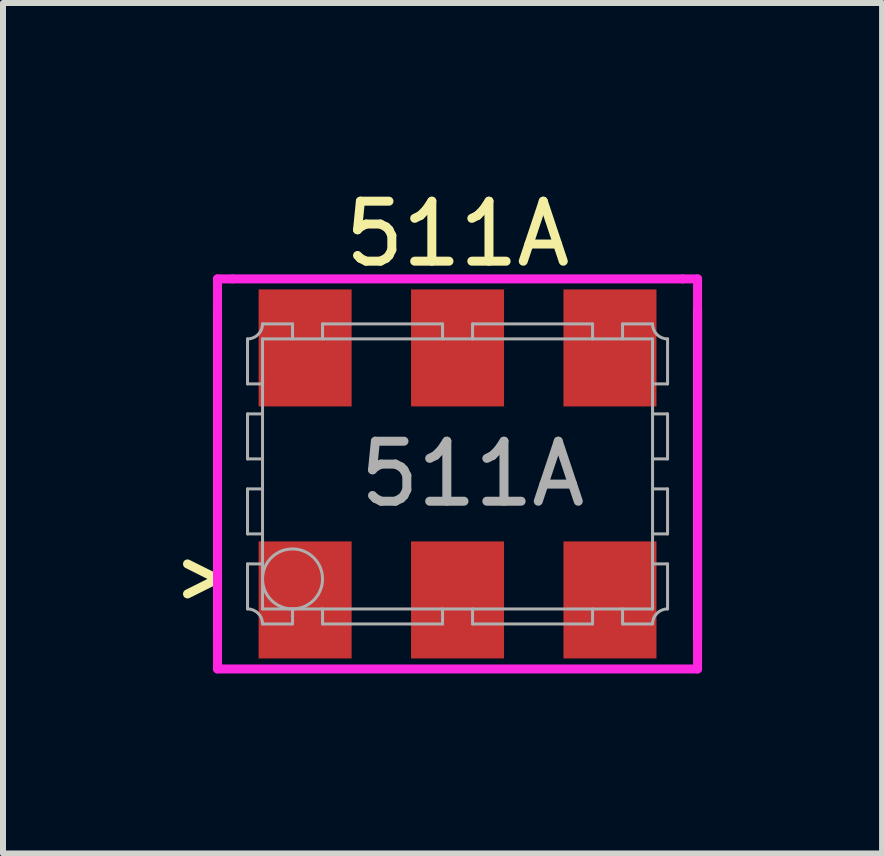
<source format=kicad_pcb>
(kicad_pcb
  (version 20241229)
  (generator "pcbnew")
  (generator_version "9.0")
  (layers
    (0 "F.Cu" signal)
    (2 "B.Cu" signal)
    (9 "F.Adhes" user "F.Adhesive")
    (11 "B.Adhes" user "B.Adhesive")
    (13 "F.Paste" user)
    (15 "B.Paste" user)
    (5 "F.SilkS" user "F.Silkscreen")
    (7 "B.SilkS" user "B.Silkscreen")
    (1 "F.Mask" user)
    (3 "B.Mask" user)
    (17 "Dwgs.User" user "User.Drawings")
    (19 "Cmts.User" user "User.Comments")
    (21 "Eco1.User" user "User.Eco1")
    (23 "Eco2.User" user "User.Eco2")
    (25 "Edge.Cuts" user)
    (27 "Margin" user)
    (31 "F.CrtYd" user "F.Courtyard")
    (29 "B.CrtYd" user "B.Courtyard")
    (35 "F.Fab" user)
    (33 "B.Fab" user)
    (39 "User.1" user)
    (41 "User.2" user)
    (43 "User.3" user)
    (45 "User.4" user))
  (footprint "511A"
    (layer "F.Cu")
    (at 4.575 4.848)
    (property "Reference" "511A" (at 0 -4 0) (layer "F.SilkS") (effects (font (size 1 1) (thickness 0.15))))
    (attr smd)
    (fp_line (start -4.5 1.5) (end -4 1.75) (stroke (width 0.15) (type solid)) (layer "F.SilkS"))
    (fp_line (start -4 -2.75) (end -4 2.75) (stroke (width 0.15) (type solid)) (layer "F.SilkS"))
    (fp_line (start -4 1.75) (end -4.5 2) (stroke (width 0.15) (type solid)) (layer "F.SilkS"))
    (fp_line (start 4 -2.75) (end 4 2.75) (stroke (width 0.15) (type solid)) (layer "F.SilkS"))
    (fp_line (start -4 -3.25) (end -4 3.25) (stroke (width 0.15) (type solid)) (layer "F.CrtYd"))
    (fp_line (start -4 3.25) (end 4 3.25) (stroke (width 0.15) (type solid)) (layer "F.CrtYd"))
    (fp_line (start -3.75 -3.25) (end -4 -3.25) (stroke (width 0.15) (type solid)) (layer "F.CrtYd"))
    (fp_line (start 3.75 -3.25) (end -3.75 -3.25) (stroke (width 0.15) (type solid)) (layer "F.CrtYd"))
    (fp_line (start 4 -3.25) (end 3.75 -3.25) (stroke (width 0.15) (type solid)) (layer "F.CrtYd"))
    (fp_line (start 4 3.25) (end 4 -3.25) (stroke (width 0.15) (type solid)) (layer "F.CrtYd"))
    (fp_line (start -3.5 -2.25) (end -3.5 -1.5) (stroke (width 0.05) (type solid)) (layer "F.Fab"))
    (fp_line (start -3.5 -1.5) (end -3.25 -1.5) (stroke (width 0.05) (type solid)) (layer "F.Fab"))
    (fp_line (start -3.5 -1) (end -3.25 -1) (stroke (width 0.05) (type solid)) (layer "F.Fab"))
    (fp_line (start -3.5 -0.25) (end -3.5 -1) (stroke (width 0.05) (type solid)) (layer "F.Fab"))
    (fp_line (start -3.5 -0.25) (end -3.25 -0.25) (stroke (width 0.05) (type solid)) (layer "F.Fab"))
    (fp_line (start -3.5 0.25) (end -3.5 1) (stroke (width 0.05) (type solid)) (layer "F.Fab"))
    (fp_line (start -3.5 1) (end -3.25 1) (stroke (width 0.05) (type solid)) (layer "F.Fab"))
    (fp_line (start -3.5 1.5) (end -3.5 2.25) (stroke (width 0.05) (type solid)) (layer "F.Fab"))
    (fp_line (start -3.5 1.5) (end -3.25 1.5) (stroke (width 0.05) (type solid)) (layer "F.Fab"))
    (fp_line (start -3.25 -2.5) (end -2.75 -2.5) (stroke (width 0.05) (type solid)) (layer "F.Fab"))
    (fp_line (start -3.25 -2.25) (end -3.25 2.25) (stroke (width 0.05) (type solid)) (layer "F.Fab"))
    (fp_line (start -3.25 0.25) (end -3.5 0.25) (stroke (width 0.05) (type solid)) (layer "F.Fab"))
    (fp_line (start -2.75 -2.5) (end -2.75 -2.25) (stroke (width 0.05) (type solid)) (layer "F.Fab"))
    (fp_line (start -2.75 2.5) (end -3.25 2.5) (stroke (width 0.05) (type solid)) (layer "F.Fab"))
    (fp_line (start -2.75 2.5) (end -2.75 2.25) (stroke (width 0.05) (type solid)) (layer "F.Fab"))
    (fp_line (start -2.25 -2.5) (end -2.25 -2.25) (stroke (width 0.05) (type solid)) (layer "F.Fab"))
    (fp_line (start -2.25 -2.5) (end -0.25 -2.5) (stroke (width 0.05) (type solid)) (layer "F.Fab"))
    (fp_line (start -2.25 2.25) (end -2.25 2.5) (stroke (width 0.05) (type solid)) (layer "F.Fab"))
    (fp_line (start -2.25 2.5) (end -0.25 2.5) (stroke (width 0.05) (type solid)) (layer "F.Fab"))
    (fp_line (start -0.25 -2.5) (end -0.25 -2.25) (stroke (width 0.05) (type solid)) (layer "F.Fab"))
    (fp_line (start -0.25 2.5) (end -0.25 2.25) (stroke (width 0.05) (type solid)) (layer "F.Fab"))
    (fp_line (start 0.25 -2.5) (end 0.25 -2.25) (stroke (width 0.05) (type solid)) (layer "F.Fab"))
    (fp_line (start 0.25 -2.5) (end 2.25 -2.5) (stroke (width 0.05) (type solid)) (layer "F.Fab"))
    (fp_line (start 0.25 2.25) (end 0.25 2.5) (stroke (width 0.05) (type solid)) (layer "F.Fab"))
    (fp_line (start 0.25 2.5) (end 2.25 2.5) (stroke (width 0.05) (type solid)) (layer "F.Fab"))
    (fp_line (start 2.25 -2.5) (end 2.25 -2.25) (stroke (width 0.05) (type solid)) (layer "F.Fab"))
    (fp_line (start 2.25 2.5) (end 2.25 2.25) (stroke (width 0.05) (type solid)) (layer "F.Fab"))
    (fp_line (start 2.75 -2.5) (end 2.75 -2.25) (stroke (width 0.05) (type solid)) (layer "F.Fab"))
    (fp_line (start 2.75 2.25) (end 2.75 2.5) (stroke (width 0.05) (type solid)) (layer "F.Fab"))
    (fp_line (start 2.75 2.5) (end 3.25 2.5) (stroke (width 0.05) (type solid)) (layer "F.Fab"))
    (fp_line (start 3.25 -2.5) (end 2.75 -2.5) (stroke (width 0.05) (type solid)) (layer "F.Fab"))
    (fp_line (start 3.25 -2.25) (end -3.25 -2.25) (stroke (width 0.05) (type solid)) (layer "F.Fab"))
    (fp_line (start 3.25 0.25) (end 3.5 0.25) (stroke (width 0.05) (type solid)) (layer "F.Fab"))
    (fp_line (start 3.25 2.25) (end -3.25 2.25) (stroke (width 0.05) (type solid)) (layer "F.Fab"))
    (fp_line (start 3.25 2.25) (end 3.25 -2.25) (stroke (width 0.05) (type solid)) (layer "F.Fab"))
    (fp_line (start 3.5 -2.25) (end 3.5 -1.5) (stroke (width 0.05) (type solid)) (layer "F.Fab"))
    (fp_line (start 3.5 -1.5) (end 3.25 -1.5) (stroke (width 0.05) (type solid)) (layer "F.Fab"))
    (fp_line (start 3.5 -1) (end 3.25 -1) (stroke (width 0.05) (type solid)) (layer "F.Fab"))
    (fp_line (start 3.5 -1) (end 3.5 -0.25) (stroke (width 0.05) (type solid)) (layer "F.Fab"))
    (fp_line (start 3.5 -0.25) (end 3.25 -0.25) (stroke (width 0.05) (type solid)) (layer "F.Fab"))
    (fp_line (start 3.5 0.25) (end 3.5 1) (stroke (width 0.05) (type solid)) (layer "F.Fab"))
    (fp_line (start 3.5 1) (end 3.25 1) (stroke (width 0.05) (type solid)) (layer "F.Fab"))
    (fp_line (start 3.5 1.5) (end 3.25 1.5) (stroke (width 0.05) (type solid)) (layer "F.Fab"))
    (fp_line (start 3.5 1.5) (end 3.5 2.25) (stroke (width 0.05) (type solid)) (layer "F.Fab"))
    (fp_arc (start -3.5 2.25) (mid -3.323223 2.323223) (end -3.25 2.5) (stroke (width 0.05) (type solid)) (layer "F.Fab"))
    (fp_arc (start -3.25 -2.5) (mid -3.323223 -2.323223) (end -3.5 -2.25) (stroke (width 0.05) (type solid)) (layer "F.Fab"))
    (fp_arc (start 3.25 2.5) (mid 3.323223 2.323223) (end 3.5 2.25) (stroke (width 0.05) (type solid)) (layer "F.Fab"))
    (fp_arc (start 3.5 -2.25) (mid 3.323223 -2.323223) (end 3.25 -2.5) (stroke (width 0.05) (type solid)) (layer "F.Fab"))
    (fp_circle (center -2.75 1.75) (end -2.75 2.25) (stroke (width 0.05) (type solid)) (fill no) (layer "F.Fab"))
    (fp_text user "${REFERENCE}" (at 0.25 0 0) (layer "F.Fab") (effects (font (size 1 1) (thickness 0.15))))
    (pad "1" smd rect (at -2.54 2.1) (size 1.55 1.95) (layers "F.Cu" "F.Mask" "F.Paste"))
    (pad "2" smd rect (at 0 2.1) (size 1.55 1.95) (layers "F.Cu" "F.Mask" "F.Paste"))
    (pad "3" smd rect (at 2.54 2.1) (size 1.55 1.95) (layers "F.Cu" "F.Mask" "F.Paste"))
    (pad "4" smd rect (at 2.54 -2.1) (size 1.55 1.95) (layers "F.Cu" "F.Mask" "F.Paste"))
    (pad "5" smd rect (at 0 -2.1) (size 1.55 1.95) (layers "F.Cu" "F.Mask" "F.Paste"))
    (pad "6" smd rect (at -2.54 -2.1) (size 1.55 1.95) (layers "F.Cu" "F.Mask" "F.Paste")))
  (gr_rect
    (start -3 -3)
    (end 11.65 11.173)
    (stroke (width 0.1) (type default))
    (fill no)
    (layer "Edge.Cuts")))
</source>
